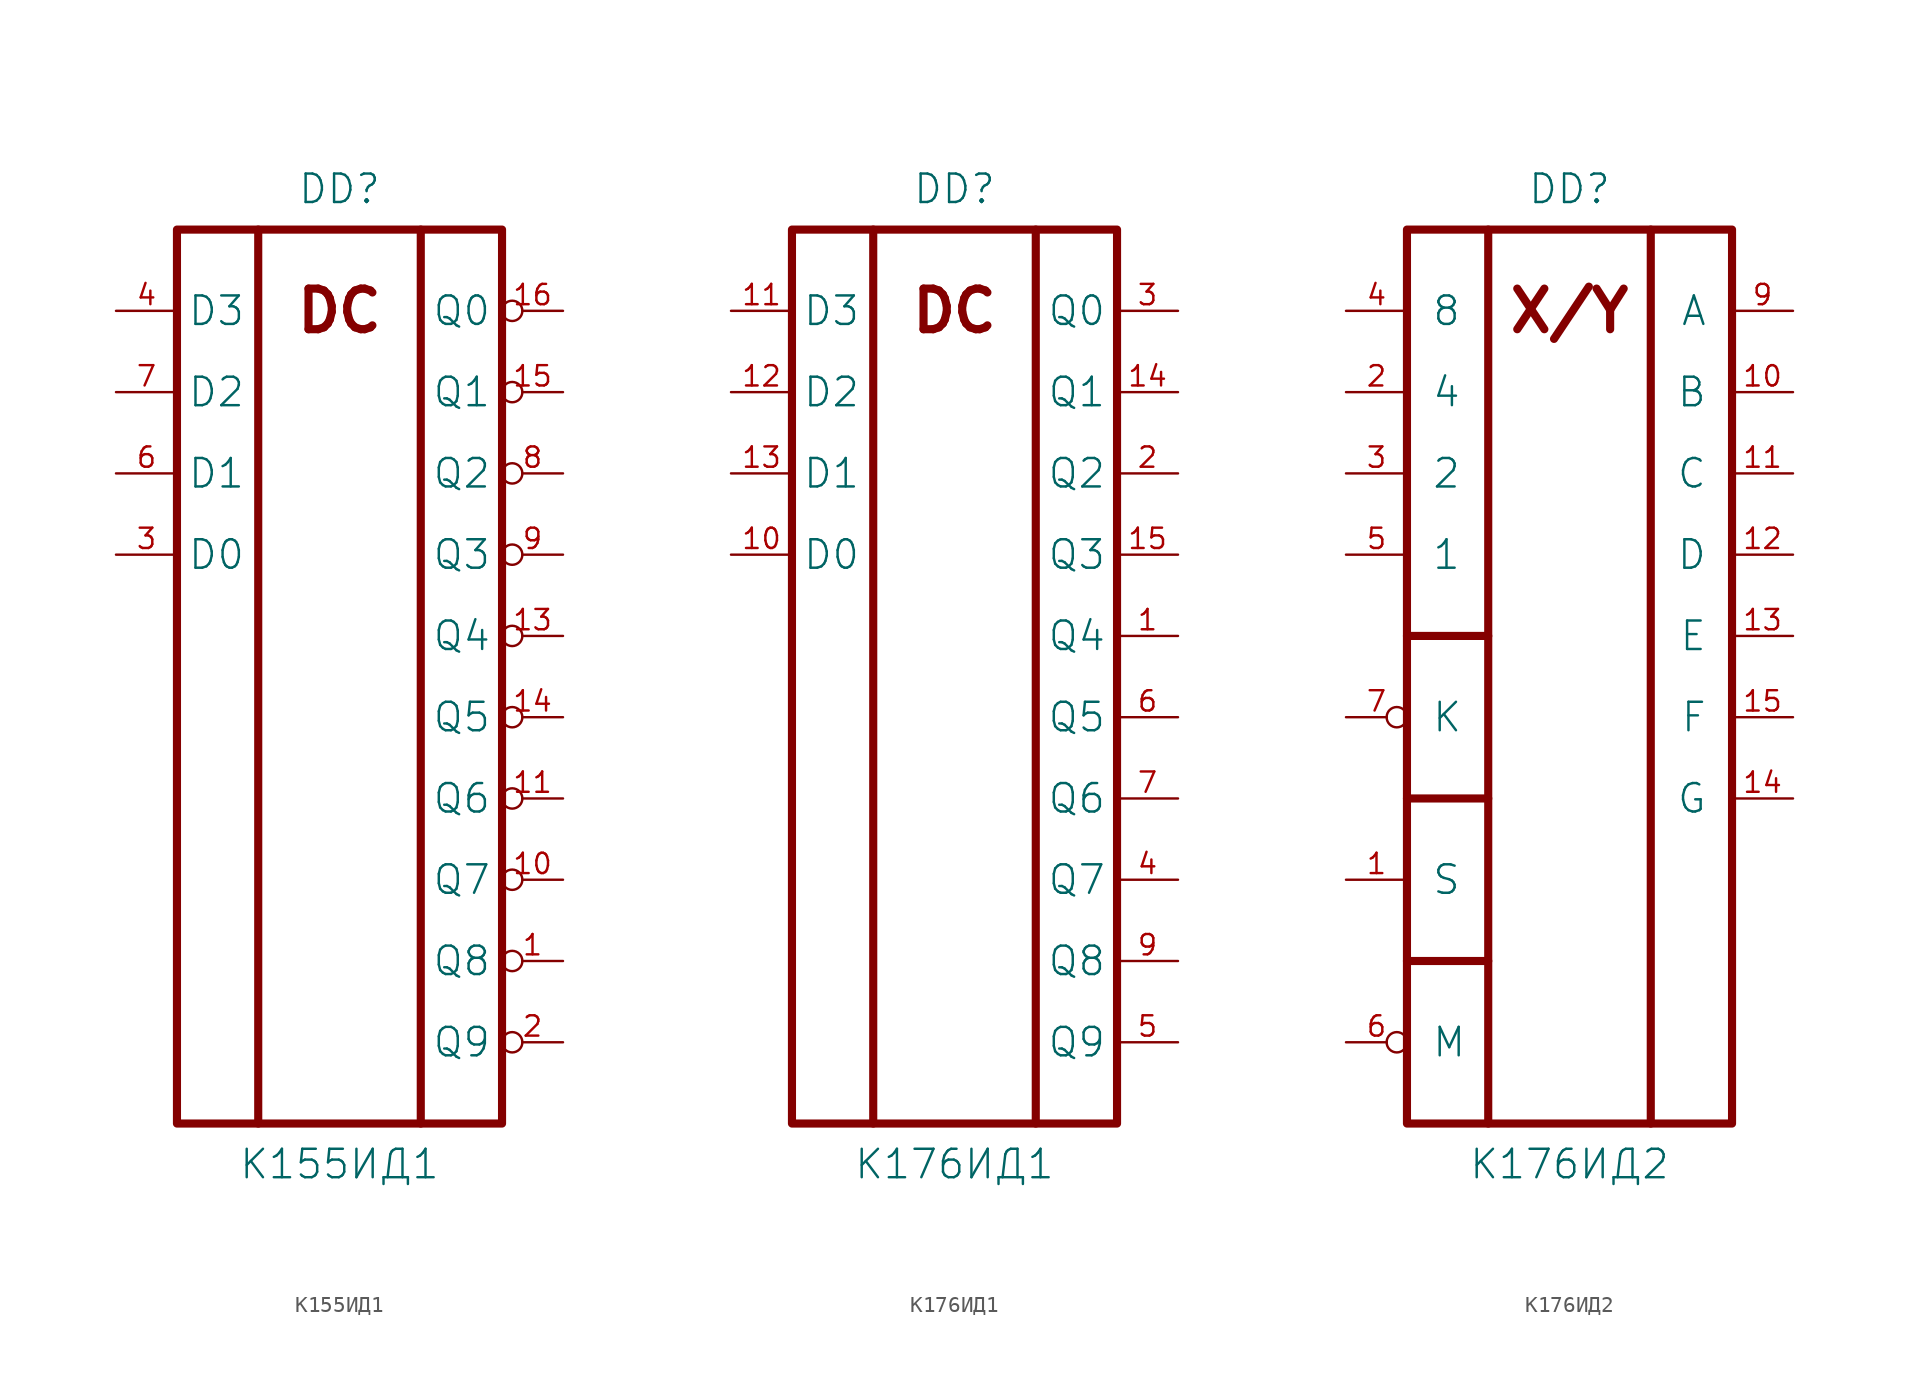
<source format=kicad_sym>
(kicad_symbol_lib
  (version 20211014)
  (generator kicad_symbol_editor)
  (symbol "К155ИД1"
    (pin_names
      (offset 0.635))
    (property "Reference" "DD"
      (at 0 30.48 0)
      (effects (font (size 1.778 1.778))))
    (property "Value" "К155ИД1"
      (at 0 -30.48 0)
      (effects (font (size 1.778 1.778))))
    (symbol "К155ИД1_0_0"
      (polyline (pts (xy 5.08 27.94) (xy 5.08 -27.94)) (stroke (width 0.508) (type default) (color 0 0 0 0)) (fill (type none)))
      (text "DC" (at 0 22.86 0) (effects (font (size 2.54 2.54) bold))))
    (symbol "К155ИД1_0_1"
      (rectangle (start -10.16 27.94) (end 10.16 -27.94) (stroke (width 0.508) (type default) (color 0 0 0 0)) (fill (type none)))
      (polyline (pts (xy -5.08 27.94) (xy -5.08 -27.94)) (stroke (width 0.508) (type default) (color 0 0 0 0)) (fill (type none))))
    (symbol "К155ИД1_1_1"
      (pin output inverted (at 13.97 -17.78 180) (length 3.81) (name "Q8" (effects (font (size 1.778 1.778)))) (number "1" (effects (font (size 1.27 1.27)))))
      (pin output inverted (at 13.97 -12.7 180) (length 3.81) (name "Q7" (effects (font (size 1.778 1.778)))) (number "10" (effects (font (size 1.27 1.27)))))
      (pin output inverted (at 13.97 -7.62 180) (length 3.81) (name "Q6" (effects (font (size 1.778 1.778)))) (number "11" (effects (font (size 1.27 1.27)))))
      (pin power_in non_logic (at 13.97 -25.4 180) (length 3.81) hide (name "GND" (effects (font (size 1.27 1.27)))) (number "12" (effects (font (size 1.27 1.27)))))
      (pin output inverted (at 13.97 2.54 180) (length 3.81) (name "Q4" (effects (font (size 1.778 1.778)))) (number "13" (effects (font (size 1.27 1.27)))))
      (pin output inverted (at 13.97 -2.54 180) (length 3.81) (name "Q5" (effects (font (size 1.778 1.778)))) (number "14" (effects (font (size 1.27 1.27)))))
      (pin output inverted (at 13.97 17.78 180) (length 3.81) (name "Q1" (effects (font (size 1.778 1.778)))) (number "15" (effects (font (size 1.27 1.27)))))
      (pin output inverted (at 13.97 22.86 180) (length 3.81) (name "Q0" (effects (font (size 1.778 1.778)))) (number "16" (effects (font (size 1.27 1.27)))))
      (pin output inverted (at 13.97 -22.86 180) (length 3.81) (name "Q9" (effects (font (size 1.778 1.778)))) (number "2" (effects (font (size 1.27 1.27)))))
      (pin input line (at -13.97 7.62 0) (length 3.81) (name "D0" (effects (font (size 1.778 1.778)))) (number "3" (effects (font (size 1.27 1.27)))))
      (pin input line (at -13.97 22.86 0) (length 3.81) (name "D3" (effects (font (size 1.778 1.778)))) (number "4" (effects (font (size 1.27 1.27)))))
      (pin power_in non_logic (at 13.97 25.4 180) (length 3.81) hide (name "VCC" (effects (font (size 1.27 1.27)))) (number "5" (effects (font (size 1.27 1.27)))))
      (pin input line (at -13.97 12.7 0) (length 3.81) (name "D1" (effects (font (size 1.778 1.778)))) (number "6" (effects (font (size 1.27 1.27)))))
      (pin input line (at -13.97 17.78 0) (length 3.81) (name "D2" (effects (font (size 1.778 1.778)))) (number "7" (effects (font (size 1.27 1.27)))))
      (pin output inverted (at 13.97 12.7 180) (length 3.81) (name "Q2" (effects (font (size 1.778 1.778)))) (number "8" (effects (font (size 1.27 1.27)))))
      (pin output inverted (at 13.97 7.62 180) (length 3.81) (name "Q3" (effects (font (size 1.778 1.778)))) (number "9" (effects (font (size 1.27 1.27)))))))
  (symbol "К176ИД1"
    (pin_names
      (offset 0.635))
    (property "Reference" "DD"
      (at 0 30.48 0)
      (effects (font (size 1.778 1.778))))
    (property "Value" "К176ИД1"
      (at 0 -30.48 0)
      (effects (font (size 1.778 1.778))))
    (symbol "К176ИД1_0_0"
      (polyline (pts (xy 5.08 27.94) (xy 5.08 -27.94)) (stroke (width 0.508) (type default) (color 0 0 0 0)) (fill (type none)))
      (text "DC" (at 0 22.86 0) (effects (font (size 2.54 2.54) bold))))
    (symbol "К176ИД1_0_1"
      (rectangle (start -10.16 27.94) (end 10.16 -27.94) (stroke (width 0.508) (type default) (color 0 0 0 0)) (fill (type none)))
      (polyline (pts (xy -5.08 27.94) (xy -5.08 -27.94)) (stroke (width 0.508) (type default) (color 0 0 0 0)) (fill (type none))))
    (symbol "К176ИД1_1_1"
      (pin output line (at 13.97 2.54 180) (length 3.81) (name "Q4" (effects (font (size 1.778 1.778)))) (number "1" (effects (font (size 1.27 1.27)))))
      (pin input line (at -13.97 7.62 0) (length 3.81) (name "D0" (effects (font (size 1.778 1.778)))) (number "10" (effects (font (size 1.27 1.27)))))
      (pin input line (at -13.97 22.86 0) (length 3.81) (name "D3" (effects (font (size 1.778 1.778)))) (number "11" (effects (font (size 1.27 1.27)))))
      (pin input line (at -13.97 17.78 0) (length 3.81) (name "D2" (effects (font (size 1.778 1.778)))) (number "12" (effects (font (size 1.27 1.27)))))
      (pin input line (at -13.97 12.7 0) (length 3.81) (name "D1" (effects (font (size 1.778 1.778)))) (number "13" (effects (font (size 1.27 1.27)))))
      (pin output line (at 13.97 17.78 180) (length 3.81) (name "Q1" (effects (font (size 1.778 1.778)))) (number "14" (effects (font (size 1.27 1.27)))))
      (pin output line (at 13.97 7.62 180) (length 3.81) (name "Q3" (effects (font (size 1.778 1.778)))) (number "15" (effects (font (size 1.27 1.27)))))
      (pin power_in non_logic (at 13.97 25.4 180) (length 3.81) hide (name "VCC" (effects (font (size 1.27 1.27)))) (number "16" (effects (font (size 1.27 1.27)))))
      (pin output line (at 13.97 12.7 180) (length 3.81) (name "Q2" (effects (font (size 1.778 1.778)))) (number "2" (effects (font (size 1.27 1.27)))))
      (pin output line (at 13.97 22.86 180) (length 3.81) (name "Q0" (effects (font (size 1.778 1.778)))) (number "3" (effects (font (size 1.27 1.27)))))
      (pin output line (at 13.97 -12.7 180) (length 3.81) (name "Q7" (effects (font (size 1.778 1.778)))) (number "4" (effects (font (size 1.27 1.27)))))
      (pin output line (at 13.97 -22.86 180) (length 3.81) (name "Q9" (effects (font (size 1.778 1.778)))) (number "5" (effects (font (size 1.27 1.27)))))
      (pin output line (at 13.97 -2.54 180) (length 3.81) (name "Q5" (effects (font (size 1.778 1.778)))) (number "6" (effects (font (size 1.27 1.27)))))
      (pin output line (at 13.97 -7.62 180) (length 3.81) (name "Q6" (effects (font (size 1.778 1.778)))) (number "7" (effects (font (size 1.27 1.27)))))
      (pin power_in non_logic (at 13.97 -25.4 180) (length 3.81) hide (name "GND" (effects (font (size 1.27 1.27)))) (number "8" (effects (font (size 1.27 1.27)))))
      (pin output line (at 13.97 -17.78 180) (length 3.81) (name "Q8" (effects (font (size 1.778 1.778)))) (number "9" (effects (font (size 1.27 1.27)))))))
  (symbol "К176ИД2"
    (pin_names
      (offset 1.524))
    (property "Reference" "DD"
      (at 0 30.48 0)
      (effects (font (size 1.778 1.778))))
    (property "Value" "К176ИД2"
      (at 0 -30.48 0)
      (effects (font (size 1.778 1.778))))
    (symbol "К176ИД2_0_0"
      (polyline (pts (xy -5.08 -17.78) (xy -10.16 -17.78)) (stroke (width 0.508) (type default) (color 0 0 0 0)) (fill (type none)))
      (polyline (pts (xy -5.08 -7.62) (xy -10.16 -7.62)) (stroke (width 0.508) (type default) (color 0 0 0 0)) (fill (type none)))
      (polyline (pts (xy -5.08 2.54) (xy -10.16 2.54)) (stroke (width 0.508) (type default) (color 0 0 0 0)) (fill (type none)))
      (polyline (pts (xy 5.08 27.94) (xy 5.08 -27.94)) (stroke (width 0.508) (type default) (color 0 0 0 0)) (fill (type none)))
      (text "X/Y" (at 0 22.86 0) (effects (font (size 2.54 2.54) bold))))
    (symbol "К176ИД2_0_1"
      (rectangle (start -10.16 27.94) (end 10.16 -27.94) (stroke (width 0.508) (type default) (color 0 0 0 0)) (fill (type none)))
      (polyline (pts (xy -5.08 27.94) (xy -5.08 -27.94)) (stroke (width 0.508) (type default) (color 0 0 0 0)) (fill (type none))))
    (symbol "К176ИД2_1_1"
      (pin input line (at -13.97 -12.7 0) (length 3.81) (name "S" (effects (font (size 1.778 1.778)))) (number "1" (effects (font (size 1.27 1.27)))))
      (pin output line (at 13.97 17.78 180) (length 3.81) (name "B" (effects (font (size 1.778 1.778)))) (number "10" (effects (font (size 1.27 1.27)))))
      (pin output line (at 13.97 12.7 180) (length 3.81) (name "C" (effects (font (size 1.778 1.778)))) (number "11" (effects (font (size 1.27 1.27)))))
      (pin output line (at 13.97 7.62 180) (length 3.81) (name "D" (effects (font (size 1.778 1.778)))) (number "12" (effects (font (size 1.27 1.27)))))
      (pin output line (at 13.97 2.54 180) (length 3.81) (name "E" (effects (font (size 1.778 1.778)))) (number "13" (effects (font (size 1.27 1.27)))))
      (pin output line (at 13.97 -7.62 180) (length 3.81) (name "G" (effects (font (size 1.778 1.778)))) (number "14" (effects (font (size 1.27 1.27)))))
      (pin output line (at 13.97 -2.54 180) (length 3.81) (name "F" (effects (font (size 1.778 1.778)))) (number "15" (effects (font (size 1.27 1.27)))))
      (pin power_in non_logic (at 13.97 25.4 180) (length 3.81) hide (name "VCC" (effects (font (size 1.27 1.27)))) (number "16" (effects (font (size 1.27 1.27)))))
      (pin input line (at -13.97 17.78 0) (length 3.81) (name "4" (effects (font (size 1.778 1.778)))) (number "2" (effects (font (size 1.27 1.27)))))
      (pin input line (at -13.97 12.7 0) (length 3.81) (name "2" (effects (font (size 1.778 1.778)))) (number "3" (effects (font (size 1.27 1.27)))))
      (pin input line (at -13.97 22.86 0) (length 3.81) (name "8" (effects (font (size 1.778 1.778)))) (number "4" (effects (font (size 1.27 1.27)))))
      (pin input line (at -13.97 7.62 0) (length 3.81) (name "1" (effects (font (size 1.778 1.778)))) (number "5" (effects (font (size 1.27 1.27)))))
      (pin input inverted (at -13.97 -22.86 0) (length 3.81) (name "M" (effects (font (size 1.778 1.778)))) (number "6" (effects (font (size 1.27 1.27)))))
      (pin input inverted (at -13.97 -2.54 0) (length 3.81) (name "K" (effects (font (size 1.778 1.778)))) (number "7" (effects (font (size 1.27 1.27)))))
      (pin power_in non_logic (at 13.97 -25.4 180) (length 3.81) hide (name "GND" (effects (font (size 1.27 1.27)))) (number "8" (effects (font (size 1.27 1.27)))))
      (pin output line (at 13.97 22.86 180) (length 3.81) (name "A" (effects (font (size 1.778 1.778)))) (number "9" (effects (font (size 1.27 1.27))))))))
</source>
